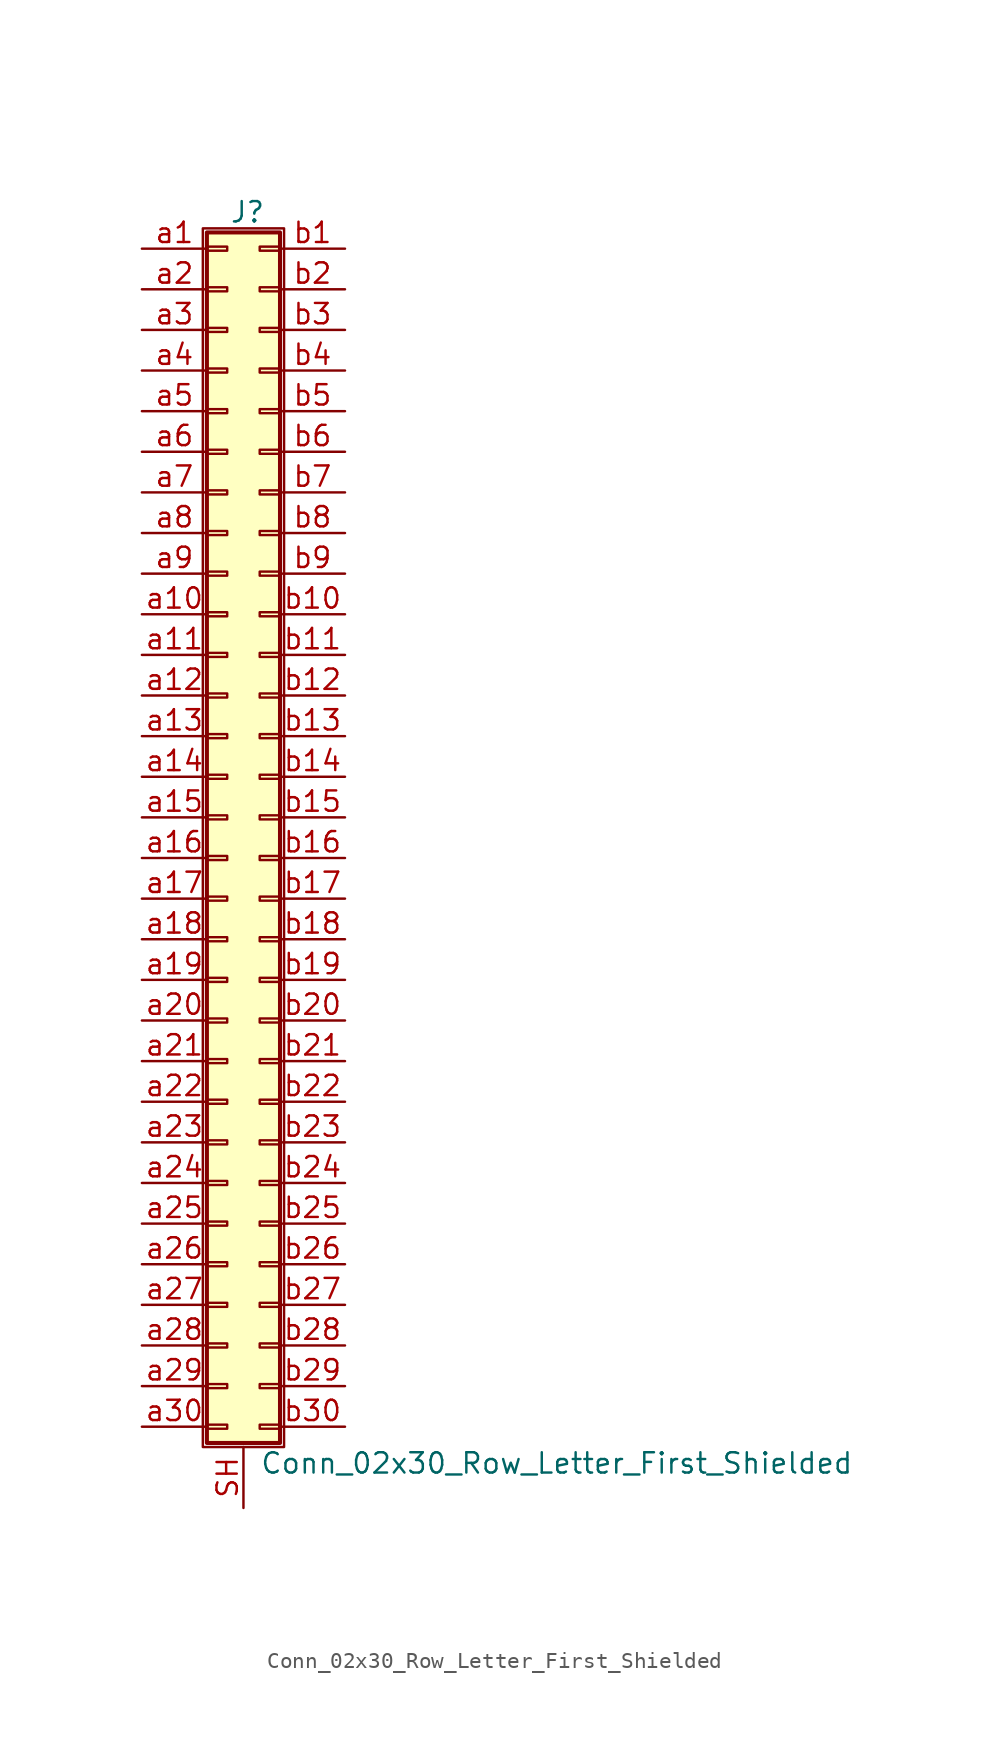
<source format=kicad_sym>
(kicad_symbol_lib
  (version 20201005)
  (generator kicad_symbol_editor)
  (symbol "Conn_02x30_Row_Letter_First_Shielded"
    (pin_names
      (offset 1.016) hide)
    (property "Reference" "J"
      (at 1.524 37.846 0)
      (effects (font (size 1.27 1.27))))
    (property "Value" "Conn_02x30_Row_Letter_First_Shielded"
      (at 2.286 -40.386 0)
      (effects (font (size 1.27 1.27)) (justify left)))
    (symbol "Conn_02x30_Row_Letter_First_Shielded_1_1"
      (rectangle (start -1.27 36.83) (end 3.81 -39.37) (stroke (width 0.152)) (fill (type none)))
      (rectangle (start -1.016 -37.973) (end 0.254 -38.227) (stroke (width 0.152)) (fill (type none)))
      (rectangle (start -1.016 -35.433) (end 0.254 -35.687) (stroke (width 0.152)) (fill (type none)))
      (rectangle (start -1.016 -32.893) (end 0.254 -33.147) (stroke (width 0.152)) (fill (type none)))
      (rectangle (start -1.016 -30.353) (end 0.254 -30.607) (stroke (width 0.152)) (fill (type none)))
      (rectangle (start -1.016 -27.813) (end 0.254 -28.067) (stroke (width 0.152)) (fill (type none)))
      (rectangle (start -1.016 -25.273) (end 0.254 -25.527) (stroke (width 0.152)) (fill (type none)))
      (rectangle (start -1.016 -22.733) (end 0.254 -22.987) (stroke (width 0.152)) (fill (type none)))
      (rectangle (start -1.016 -20.193) (end 0.254 -20.447) (stroke (width 0.152)) (fill (type none)))
      (rectangle (start -1.016 -17.653) (end 0.254 -17.907) (stroke (width 0.152)) (fill (type none)))
      (rectangle (start -1.016 -15.113) (end 0.254 -15.367) (stroke (width 0.152)) (fill (type none)))
      (rectangle (start -1.016 -12.573) (end 0.254 -12.827) (stroke (width 0.152)) (fill (type none)))
      (rectangle (start -1.016 -10.033) (end 0.254 -10.287) (stroke (width 0.152)) (fill (type none)))
      (rectangle (start -1.016 -7.493) (end 0.254 -7.747) (stroke (width 0.152)) (fill (type none)))
      (rectangle (start -1.016 -4.953) (end 0.254 -5.207) (stroke (width 0.152)) (fill (type none)))
      (rectangle (start -1.016 -2.413) (end 0.254 -2.667) (stroke (width 0.152)) (fill (type none)))
      (rectangle (start -1.016 0.127) (end 0.254 -0.127) (stroke (width 0.152)) (fill (type none)))
      (rectangle (start -1.016 2.667) (end 0.254 2.413) (stroke (width 0.152)) (fill (type none)))
      (rectangle (start -1.016 5.207) (end 0.254 4.953) (stroke (width 0.152)) (fill (type none)))
      (rectangle (start -1.016 7.747) (end 0.254 7.493) (stroke (width 0.152)) (fill (type none)))
      (rectangle (start -1.016 10.287) (end 0.254 10.033) (stroke (width 0.152)) (fill (type none)))
      (rectangle (start -1.016 12.827) (end 0.254 12.573) (stroke (width 0.152)) (fill (type none)))
      (rectangle (start -1.016 15.367) (end 0.254 15.113) (stroke (width 0.152)) (fill (type none)))
      (rectangle (start -1.016 17.907) (end 0.254 17.653) (stroke (width 0.152)) (fill (type none)))
      (rectangle (start -1.016 20.447) (end 0.254 20.193) (stroke (width 0.152)) (fill (type none)))
      (rectangle (start -1.016 22.987) (end 0.254 22.733) (stroke (width 0.152)) (fill (type none)))
      (rectangle (start -1.016 25.527) (end 0.254 25.273) (stroke (width 0.152)) (fill (type none)))
      (rectangle (start -1.016 28.067) (end 0.254 27.813) (stroke (width 0.152)) (fill (type none)))
      (rectangle (start -1.016 30.607) (end 0.254 30.353) (stroke (width 0.152)) (fill (type none)))
      (rectangle (start -1.016 33.147) (end 0.254 32.893) (stroke (width 0.152)) (fill (type none)))
      (rectangle (start -1.016 35.687) (end 0.254 35.433) (stroke (width 0.152)) (fill (type none)))
      (rectangle (start 3.556 -37.973) (end 2.286 -38.227) (stroke (width 0.152)) (fill (type none)))
      (rectangle (start 3.556 -35.433) (end 2.286 -35.687) (stroke (width 0.152)) (fill (type none)))
      (rectangle (start 3.556 -32.893) (end 2.286 -33.147) (stroke (width 0.152)) (fill (type none)))
      (rectangle (start 3.556 -30.353) (end 2.286 -30.607) (stroke (width 0.152)) (fill (type none)))
      (rectangle (start 3.556 -27.813) (end 2.286 -28.067) (stroke (width 0.152)) (fill (type none)))
      (rectangle (start 3.556 -25.273) (end 2.286 -25.527) (stroke (width 0.152)) (fill (type none)))
      (rectangle (start 3.556 -22.733) (end 2.286 -22.987) (stroke (width 0.152)) (fill (type none)))
      (rectangle (start 3.556 -20.193) (end 2.286 -20.447) (stroke (width 0.152)) (fill (type none)))
      (rectangle (start 3.556 -17.653) (end 2.286 -17.907) (stroke (width 0.152)) (fill (type none)))
      (rectangle (start 3.556 -15.113) (end 2.286 -15.367) (stroke (width 0.152)) (fill (type none)))
      (rectangle (start 3.556 -12.573) (end 2.286 -12.827) (stroke (width 0.152)) (fill (type none)))
      (rectangle (start 3.556 -10.033) (end 2.286 -10.287) (stroke (width 0.152)) (fill (type none)))
      (rectangle (start 3.556 -7.493) (end 2.286 -7.747) (stroke (width 0.152)) (fill (type none)))
      (rectangle (start 3.556 -4.953) (end 2.286 -5.207) (stroke (width 0.152)) (fill (type none)))
      (rectangle (start 3.556 -2.413) (end 2.286 -2.667) (stroke (width 0.152)) (fill (type none)))
      (rectangle (start 3.556 0.127) (end 2.286 -0.127) (stroke (width 0.152)) (fill (type none)))
      (rectangle (start 3.556 2.667) (end 2.286 2.413) (stroke (width 0.152)) (fill (type none)))
      (rectangle (start 3.556 5.207) (end 2.286 4.953) (stroke (width 0.152)) (fill (type none)))
      (rectangle (start 3.556 7.747) (end 2.286 7.493) (stroke (width 0.152)) (fill (type none)))
      (rectangle (start 3.556 10.287) (end 2.286 10.033) (stroke (width 0.152)) (fill (type none)))
      (rectangle (start 3.556 12.827) (end 2.286 12.573) (stroke (width 0.152)) (fill (type none)))
      (rectangle (start 3.556 15.367) (end 2.286 15.113) (stroke (width 0.152)) (fill (type none)))
      (rectangle (start 3.556 17.907) (end 2.286 17.653) (stroke (width 0.152)) (fill (type none)))
      (rectangle (start 3.556 20.447) (end 2.286 20.193) (stroke (width 0.152)) (fill (type none)))
      (rectangle (start 3.556 22.987) (end 2.286 22.733) (stroke (width 0.152)) (fill (type none)))
      (rectangle (start 3.556 25.527) (end 2.286 25.273) (stroke (width 0.152)) (fill (type none)))
      (rectangle (start 3.556 28.067) (end 2.286 27.813) (stroke (width 0.152)) (fill (type none)))
      (rectangle (start 3.556 30.607) (end 2.286 30.353) (stroke (width 0.152)) (fill (type none)))
      (rectangle (start 3.556 33.147) (end 2.286 32.893) (stroke (width 0.152)) (fill (type none)))
      (rectangle (start 3.556 35.687) (end 2.286 35.433) (stroke (width 0.152)) (fill (type none)))
      (rectangle (start -1.016 36.576) (end 3.556 -39.116) (stroke (width 0.254)) (fill (type background)))
      (pin passive line (at 1.27 -43.18 90) (length 3.81) (name "Shield" (effects (font (size 1.27 1.27)))) (number "SH" (effects (font (size 1.27 1.27)))))
      (pin passive line (at -5.08 35.56 0) (length 4.064) (name "Pin_a1" (effects (font (size 1.27 1.27)))) (number "a1" (effects (font (size 1.27 1.27)))))
      (pin passive line (at -5.08 12.7 0) (length 4.064) (name "Pin_a10" (effects (font (size 1.27 1.27)))) (number "a10" (effects (font (size 1.27 1.27)))))
      (pin passive line (at -5.08 10.16 0) (length 4.064) (name "Pin_a11" (effects (font (size 1.27 1.27)))) (number "a11" (effects (font (size 1.27 1.27)))))
      (pin passive line (at -5.08 7.62 0) (length 4.064) (name "Pin_a12" (effects (font (size 1.27 1.27)))) (number "a12" (effects (font (size 1.27 1.27)))))
      (pin passive line (at -5.08 5.08 0) (length 4.064) (name "Pin_a13" (effects (font (size 1.27 1.27)))) (number "a13" (effects (font (size 1.27 1.27)))))
      (pin passive line (at -5.08 2.54 0) (length 4.064) (name "Pin_a14" (effects (font (size 1.27 1.27)))) (number "a14" (effects (font (size 1.27 1.27)))))
      (pin passive line (at -5.08 0 0) (length 4.064) (name "Pin_a15" (effects (font (size 1.27 1.27)))) (number "a15" (effects (font (size 1.27 1.27)))))
      (pin passive line (at -5.08 -2.54 0) (length 4.064) (name "Pin_a16" (effects (font (size 1.27 1.27)))) (number "a16" (effects (font (size 1.27 1.27)))))
      (pin passive line (at -5.08 -5.08 0) (length 4.064) (name "Pin_a17" (effects (font (size 1.27 1.27)))) (number "a17" (effects (font (size 1.27 1.27)))))
      (pin passive line (at -5.08 -7.62 0) (length 4.064) (name "Pin_a18" (effects (font (size 1.27 1.27)))) (number "a18" (effects (font (size 1.27 1.27)))))
      (pin passive line (at -5.08 -10.16 0) (length 4.064) (name "Pin_a19" (effects (font (size 1.27 1.27)))) (number "a19" (effects (font (size 1.27 1.27)))))
      (pin passive line (at -5.08 33.02 0) (length 4.064) (name "Pin_a2" (effects (font (size 1.27 1.27)))) (number "a2" (effects (font (size 1.27 1.27)))))
      (pin passive line (at -5.08 -12.7 0) (length 4.064) (name "Pin_a20" (effects (font (size 1.27 1.27)))) (number "a20" (effects (font (size 1.27 1.27)))))
      (pin passive line (at -5.08 -15.24 0) (length 4.064) (name "Pin_a21" (effects (font (size 1.27 1.27)))) (number "a21" (effects (font (size 1.27 1.27)))))
      (pin passive line (at -5.08 -17.78 0) (length 4.064) (name "Pin_a22" (effects (font (size 1.27 1.27)))) (number "a22" (effects (font (size 1.27 1.27)))))
      (pin passive line (at -5.08 -20.32 0) (length 4.064) (name "Pin_a23" (effects (font (size 1.27 1.27)))) (number "a23" (effects (font (size 1.27 1.27)))))
      (pin passive line (at -5.08 -22.86 0) (length 4.064) (name "Pin_a24" (effects (font (size 1.27 1.27)))) (number "a24" (effects (font (size 1.27 1.27)))))
      (pin passive line (at -5.08 -25.4 0) (length 4.064) (name "Pin_a25" (effects (font (size 1.27 1.27)))) (number "a25" (effects (font (size 1.27 1.27)))))
      (pin passive line (at -5.08 -27.94 0) (length 4.064) (name "Pin_a26" (effects (font (size 1.27 1.27)))) (number "a26" (effects (font (size 1.27 1.27)))))
      (pin passive line (at -5.08 -30.48 0) (length 4.064) (name "Pin_a27" (effects (font (size 1.27 1.27)))) (number "a27" (effects (font (size 1.27 1.27)))))
      (pin passive line (at -5.08 -33.02 0) (length 4.064) (name "Pin_a28" (effects (font (size 1.27 1.27)))) (number "a28" (effects (font (size 1.27 1.27)))))
      (pin passive line (at -5.08 -35.56 0) (length 4.064) (name "Pin_a29" (effects (font (size 1.27 1.27)))) (number "a29" (effects (font (size 1.27 1.27)))))
      (pin passive line (at -5.08 30.48 0) (length 4.064) (name "Pin_a3" (effects (font (size 1.27 1.27)))) (number "a3" (effects (font (size 1.27 1.27)))))
      (pin passive line (at -5.08 -38.1 0) (length 4.064) (name "Pin_a30" (effects (font (size 1.27 1.27)))) (number "a30" (effects (font (size 1.27 1.27)))))
      (pin passive line (at -5.08 27.94 0) (length 4.064) (name "Pin_a4" (effects (font (size 1.27 1.27)))) (number "a4" (effects (font (size 1.27 1.27)))))
      (pin passive line (at -5.08 25.4 0) (length 4.064) (name "Pin_a5" (effects (font (size 1.27 1.27)))) (number "a5" (effects (font (size 1.27 1.27)))))
      (pin passive line (at -5.08 22.86 0) (length 4.064) (name "Pin_a6" (effects (font (size 1.27 1.27)))) (number "a6" (effects (font (size 1.27 1.27)))))
      (pin passive line (at -5.08 20.32 0) (length 4.064) (name "Pin_a7" (effects (font (size 1.27 1.27)))) (number "a7" (effects (font (size 1.27 1.27)))))
      (pin passive line (at -5.08 17.78 0) (length 4.064) (name "Pin_a8" (effects (font (size 1.27 1.27)))) (number "a8" (effects (font (size 1.27 1.27)))))
      (pin passive line (at -5.08 15.24 0) (length 4.064) (name "Pin_a9" (effects (font (size 1.27 1.27)))) (number "a9" (effects (font (size 1.27 1.27)))))
      (pin passive line (at 7.62 35.56 180) (length 4.064) (name "Pin_b1" (effects (font (size 1.27 1.27)))) (number "b1" (effects (font (size 1.27 1.27)))))
      (pin passive line (at 7.62 12.7 180) (length 4.064) (name "Pin_b10" (effects (font (size 1.27 1.27)))) (number "b10" (effects (font (size 1.27 1.27)))))
      (pin passive line (at 7.62 10.16 180) (length 4.064) (name "Pin_b11" (effects (font (size 1.27 1.27)))) (number "b11" (effects (font (size 1.27 1.27)))))
      (pin passive line (at 7.62 7.62 180) (length 4.064) (name "Pin_b12" (effects (font (size 1.27 1.27)))) (number "b12" (effects (font (size 1.27 1.27)))))
      (pin passive line (at 7.62 5.08 180) (length 4.064) (name "Pin_b13" (effects (font (size 1.27 1.27)))) (number "b13" (effects (font (size 1.27 1.27)))))
      (pin passive line (at 7.62 2.54 180) (length 4.064) (name "Pin_b14" (effects (font (size 1.27 1.27)))) (number "b14" (effects (font (size 1.27 1.27)))))
      (pin passive line (at 7.62 0 180) (length 4.064) (name "Pin_b15" (effects (font (size 1.27 1.27)))) (number "b15" (effects (font (size 1.27 1.27)))))
      (pin passive line (at 7.62 -2.54 180) (length 4.064) (name "Pin_b16" (effects (font (size 1.27 1.27)))) (number "b16" (effects (font (size 1.27 1.27)))))
      (pin passive line (at 7.62 -5.08 180) (length 4.064) (name "Pin_b17" (effects (font (size 1.27 1.27)))) (number "b17" (effects (font (size 1.27 1.27)))))
      (pin passive line (at 7.62 -7.62 180) (length 4.064) (name "Pin_b18" (effects (font (size 1.27 1.27)))) (number "b18" (effects (font (size 1.27 1.27)))))
      (pin passive line (at 7.62 -10.16 180) (length 4.064) (name "Pin_b19" (effects (font (size 1.27 1.27)))) (number "b19" (effects (font (size 1.27 1.27)))))
      (pin passive line (at 7.62 33.02 180) (length 4.064) (name "Pin_b2" (effects (font (size 1.27 1.27)))) (number "b2" (effects (font (size 1.27 1.27)))))
      (pin passive line (at 7.62 -12.7 180) (length 4.064) (name "Pin_b20" (effects (font (size 1.27 1.27)))) (number "b20" (effects (font (size 1.27 1.27)))))
      (pin passive line (at 7.62 -15.24 180) (length 4.064) (name "Pin_b21" (effects (font (size 1.27 1.27)))) (number "b21" (effects (font (size 1.27 1.27)))))
      (pin passive line (at 7.62 -17.78 180) (length 4.064) (name "Pin_b22" (effects (font (size 1.27 1.27)))) (number "b22" (effects (font (size 1.27 1.27)))))
      (pin passive line (at 7.62 -20.32 180) (length 4.064) (name "Pin_b23" (effects (font (size 1.27 1.27)))) (number "b23" (effects (font (size 1.27 1.27)))))
      (pin passive line (at 7.62 -22.86 180) (length 4.064) (name "Pin_b24" (effects (font (size 1.27 1.27)))) (number "b24" (effects (font (size 1.27 1.27)))))
      (pin passive line (at 7.62 -25.4 180) (length 4.064) (name "Pin_b25" (effects (font (size 1.27 1.27)))) (number "b25" (effects (font (size 1.27 1.27)))))
      (pin passive line (at 7.62 -27.94 180) (length 4.064) (name "Pin_b26" (effects (font (size 1.27 1.27)))) (number "b26" (effects (font (size 1.27 1.27)))))
      (pin passive line (at 7.62 -30.48 180) (length 4.064) (name "Pin_b27" (effects (font (size 1.27 1.27)))) (number "b27" (effects (font (size 1.27 1.27)))))
      (pin passive line (at 7.62 -33.02 180) (length 4.064) (name "Pin_b28" (effects (font (size 1.27 1.27)))) (number "b28" (effects (font (size 1.27 1.27)))))
      (pin passive line (at 7.62 -35.56 180) (length 4.064) (name "Pin_b29" (effects (font (size 1.27 1.27)))) (number "b29" (effects (font (size 1.27 1.27)))))
      (pin passive line (at 7.62 30.48 180) (length 4.064) (name "Pin_b3" (effects (font (size 1.27 1.27)))) (number "b3" (effects (font (size 1.27 1.27)))))
      (pin passive line (at 7.62 -38.1 180) (length 4.064) (name "Pin_b30" (effects (font (size 1.27 1.27)))) (number "b30" (effects (font (size 1.27 1.27)))))
      (pin passive line (at 7.62 27.94 180) (length 4.064) (name "Pin_b4" (effects (font (size 1.27 1.27)))) (number "b4" (effects (font (size 1.27 1.27)))))
      (pin passive line (at 7.62 25.4 180) (length 4.064) (name "Pin_b5" (effects (font (size 1.27 1.27)))) (number "b5" (effects (font (size 1.27 1.27)))))
      (pin passive line (at 7.62 22.86 180) (length 4.064) (name "Pin_b6" (effects (font (size 1.27 1.27)))) (number "b6" (effects (font (size 1.27 1.27)))))
      (pin passive line (at 7.62 20.32 180) (length 4.064) (name "Pin_b7" (effects (font (size 1.27 1.27)))) (number "b7" (effects (font (size 1.27 1.27)))))
      (pin passive line (at 7.62 17.78 180) (length 4.064) (name "Pin_b8" (effects (font (size 1.27 1.27)))) (number "b8" (effects (font (size 1.27 1.27)))))
      (pin passive line (at 7.62 15.24 180) (length 4.064) (name "Pin_b9" (effects (font (size 1.27 1.27)))) (number "b9" (effects (font (size 1.27 1.27))))))))
</source>
